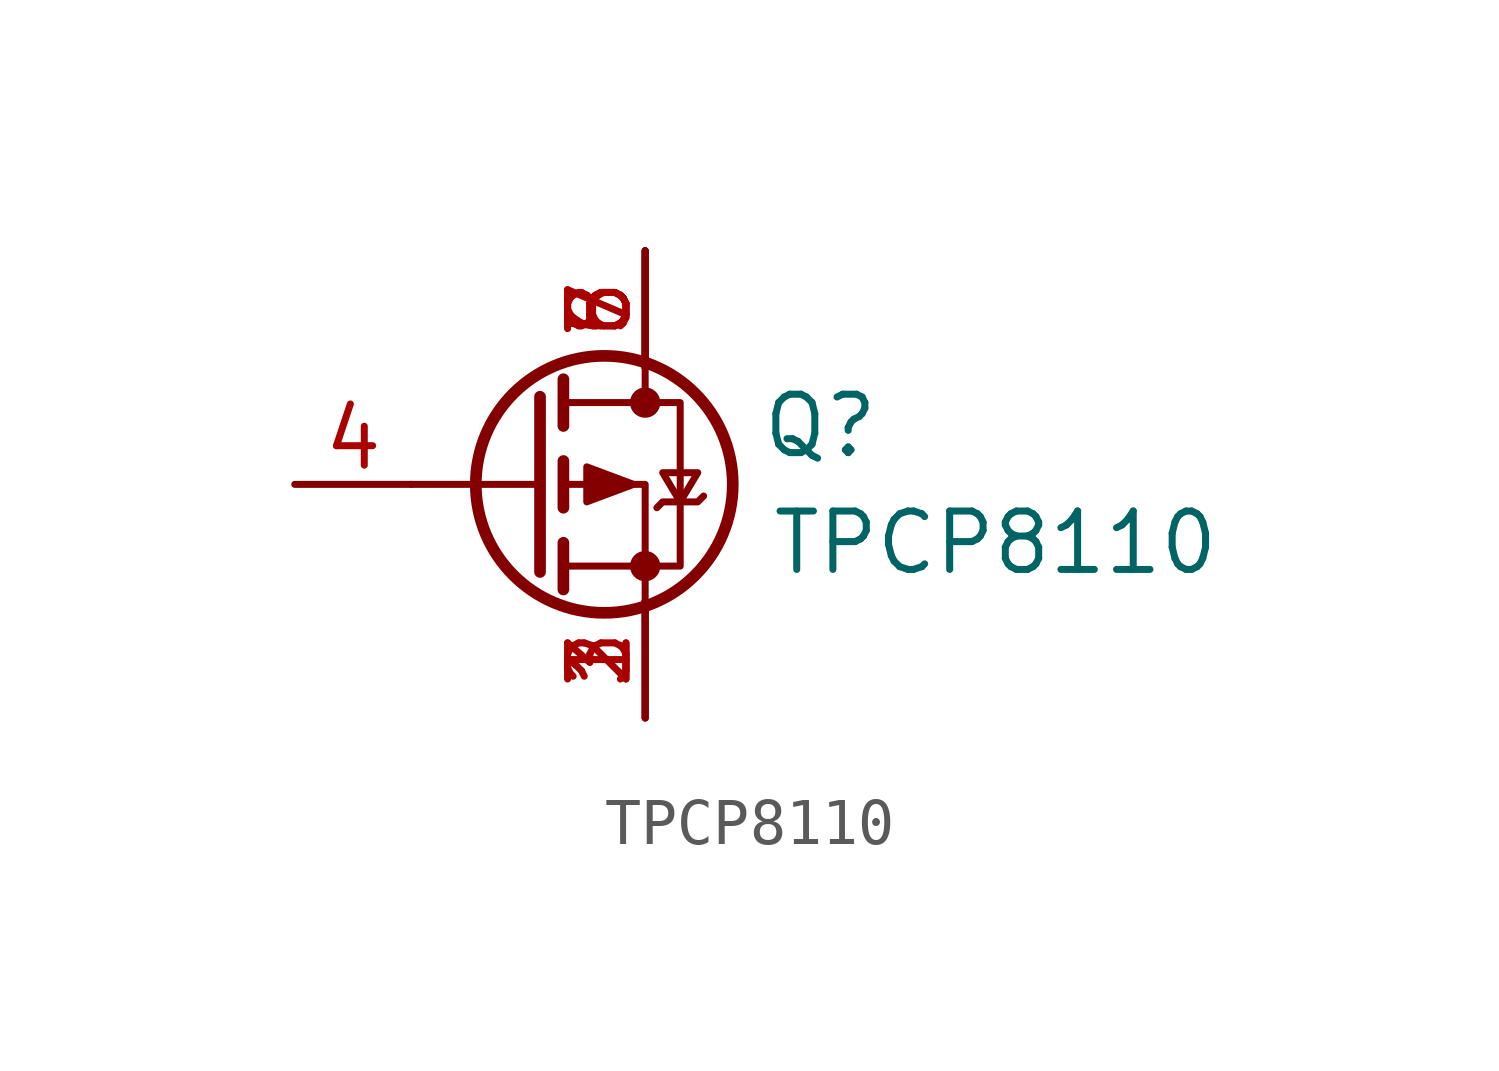
<source format=kicad_sym>
(kicad_symbol_lib
  (version 20211014)
  (generator kicad_symbol_editor)
  (symbol "TPCP8110"
    (pin_names hide)
    (property "Reference" "Q"
      (at 3.81 1.27 0)
      (effects (font (size 1.27 1.27))))
    (property "Value" "TPCP8110"
      (at 7.62 -1.27 0)
      (effects (font (size 1.27 1.27))))
    (symbol "TPCP8110_0_1"
      (circle (center -0.889 0) (radius 2.794) (stroke (width 0.254) (type default) (color 0 0 0 0)) (fill (type none)))
      (circle (center 0 -1.778) (radius 0.254) (stroke (width 0) (type default) (color 0 0 0 0)) (fill (type outline)))
      (polyline (pts (xy -2.286 0) (xy -5.08 0)) (stroke (width 0) (type default) (color 0 0 0 0)) (fill (type none)))
      (polyline (pts (xy -2.286 1.905) (xy -2.286 -1.905)) (stroke (width 0.254) (type default) (color 0 0 0 0)) (fill (type none)))
      (polyline (pts (xy -1.778 -1.27) (xy -1.778 -2.286)) (stroke (width 0.254) (type default) (color 0 0 0 0)) (fill (type none)))
      (polyline (pts (xy -1.778 0.508) (xy -1.778 -0.508)) (stroke (width 0.254) (type default) (color 0 0 0 0)) (fill (type none)))
      (polyline (pts (xy -1.778 2.286) (xy -1.778 1.27)) (stroke (width 0.254) (type default) (color 0 0 0 0)) (fill (type none)))
      (polyline (pts (xy 0 2.54) (xy 0 1.905)) (stroke (width 0.152) (type default) (color 0 0 0 0)) (fill (type none)))
      (polyline (pts (xy 0 -2.54) (xy 0 0) (xy -1.778 0)) (stroke (width 0) (type default) (color 0 0 0 0)) (fill (type none)))
      (polyline (pts (xy -1.778 1.778) (xy 0.762 1.778) (xy 0.762 -1.778) (xy -1.778 -1.778)) (stroke (width 0) (type default) (color 0 0 0 0)) (fill (type none)))
      (polyline (pts (xy -0.254 0) (xy -1.27 0.381) (xy -1.27 -0.381) (xy -0.254 0)) (stroke (width 0) (type default) (color 0 0 0 0)) (fill (type outline)))
      (polyline (pts (xy 0.254 -0.508) (xy 0.381 -0.381) (xy 1.143 -0.381) (xy 1.27 -0.254)) (stroke (width 0) (type default) (color 0 0 0 0)) (fill (type none)))
      (polyline (pts (xy 0.762 -0.381) (xy 0.381 0.254) (xy 1.143 0.254) (xy 0.762 -0.381)) (stroke (width 0) (type default) (color 0 0 0 0)) (fill (type none)))
      (circle (center 0 1.778) (radius 0.254) (stroke (width 0) (type default) (color 0 0 0 0)) (fill (type outline))))
    (symbol "TPCP8110_1_1"
      (pin passive line (at 0 -5.08 90) (length 2.54) (name "S" (effects (font (size 1.27 1.27)))) (number "1" (effects (font (size 1.27 1.27)))))
      (pin passive line (at 0 -5.08 90) (length 2.54) (name "S" (effects (font (size 1.27 1.27)))) (number "2" (effects (font (size 1.27 1.27)))))
      (pin passive line (at 0 -5.08 90) (length 2.54) (name "S" (effects (font (size 1.27 1.27)))) (number "3" (effects (font (size 1.27 1.27)))))
      (pin input line (at -7.62 0 0) (length 2.54) (name "G" (effects (font (size 1.27 1.27)))) (number "4" (effects (font (size 1.27 1.27)))))
      (pin passive line (at 0 5.08 270) (length 2.54) (name "D" (effects (font (size 1.27 1.27)))) (number "5" (effects (font (size 1.27 1.27)))))
      (pin passive line (at 0 5.08 270) (length 2.54) (name "D" (effects (font (size 1.27 1.27)))) (number "6" (effects (font (size 1.27 1.27)))))
      (pin passive line (at 0 5.08 270) (length 2.54) (name "D" (effects (font (size 1.27 1.27)))) (number "7" (effects (font (size 1.27 1.27)))))
      (pin passive line (at 0 5.08 270) (length 2.54) (name "D" (effects (font (size 1.27 1.27)))) (number "8" (effects (font (size 1.27 1.27))))))))
</source>
